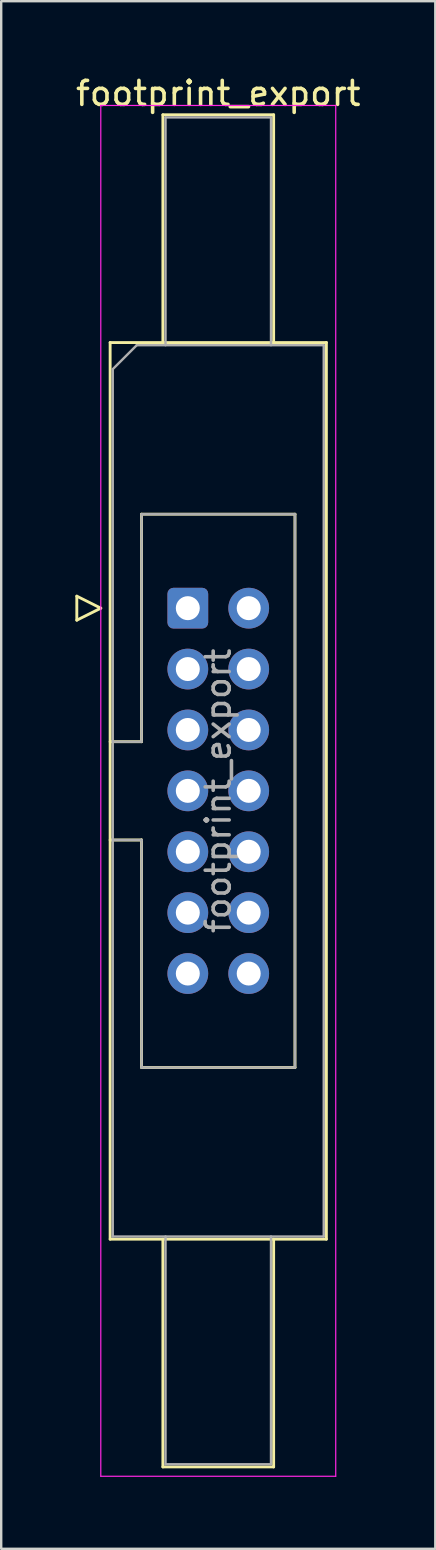
<source format=kicad_pcb>
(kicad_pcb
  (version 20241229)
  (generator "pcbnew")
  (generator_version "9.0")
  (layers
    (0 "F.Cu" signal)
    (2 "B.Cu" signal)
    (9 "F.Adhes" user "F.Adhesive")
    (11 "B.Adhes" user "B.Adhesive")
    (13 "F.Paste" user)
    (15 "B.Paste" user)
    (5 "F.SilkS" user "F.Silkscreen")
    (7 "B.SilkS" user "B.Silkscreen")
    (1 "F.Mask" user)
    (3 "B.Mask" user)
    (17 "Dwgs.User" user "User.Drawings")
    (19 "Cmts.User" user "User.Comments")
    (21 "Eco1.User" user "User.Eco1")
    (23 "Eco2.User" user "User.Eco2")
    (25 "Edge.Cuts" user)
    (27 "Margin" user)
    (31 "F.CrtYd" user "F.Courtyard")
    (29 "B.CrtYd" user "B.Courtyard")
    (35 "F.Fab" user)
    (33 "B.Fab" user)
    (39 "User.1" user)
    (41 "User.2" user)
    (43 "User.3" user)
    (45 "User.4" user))
  (footprint "footprint_export"
    (layer "F.Cu")
    (at 4.784 22.318)
    (property "Reference" "footprint_export" (at 1.27 -21.47 0) (layer "F.SilkS") (effects (font (size 1 1) (thickness 0.15))))
    (attr through_hole)
    (fp_line (start -4.63 -0.5) (end -4.63 0.5) (stroke (width 0.12) (type solid)) (layer "F.SilkS"))
    (fp_line (start -4.63 0.5) (end -3.63 0) (stroke (width 0.12) (type solid)) (layer "F.SilkS"))
    (fp_line (start -3.63 0) (end -4.63 -0.5) (stroke (width 0.12) (type solid)) (layer "F.SilkS"))
    (fp_line (start -3.24 -11.08) (end 5.78 -11.08) (stroke (width 0.12) (type solid)) (layer "F.SilkS"))
    (fp_line (start -3.24 5.57) (end -1.93 5.57) (stroke (width 0.12) (type solid)) (layer "F.SilkS"))
    (fp_line (start -3.24 26.32) (end -3.24 -11.08) (stroke (width 0.12) (type solid)) (layer "F.SilkS"))
    (fp_line (start -1.93 -3.92) (end 4.47 -3.92) (stroke (width 0.12) (type solid)) (layer "F.SilkS"))
    (fp_line (start -1.93 5.57) (end -1.93 -3.92) (stroke (width 0.12) (type solid)) (layer "F.SilkS"))
    (fp_line (start -1.93 9.67) (end -3.24 9.67) (stroke (width 0.12) (type solid)) (layer "F.SilkS"))
    (fp_line (start -1.93 9.67) (end -1.93 9.67) (stroke (width 0.12) (type solid)) (layer "F.SilkS"))
    (fp_line (start -1.93 19.16) (end -1.93 9.67) (stroke (width 0.12) (type solid)) (layer "F.SilkS"))
    (fp_line (start -1.04 -20.58) (end 3.58 -20.58) (stroke (width 0.12) (type solid)) (layer "F.SilkS"))
    (fp_line (start -1.04 -11.08) (end -1.04 -20.58) (stroke (width 0.12) (type solid)) (layer "F.SilkS"))
    (fp_line (start -1.04 26.32) (end -1.04 35.82) (stroke (width 0.12) (type solid)) (layer "F.SilkS"))
    (fp_line (start -1.04 35.82) (end 3.58 35.82) (stroke (width 0.12) (type solid)) (layer "F.SilkS"))
    (fp_line (start 3.58 -20.58) (end 3.58 -11.08) (stroke (width 0.12) (type solid)) (layer "F.SilkS"))
    (fp_line (start 3.58 35.82) (end 3.58 26.32) (stroke (width 0.12) (type solid)) (layer "F.SilkS"))
    (fp_line (start 4.47 -3.92) (end 4.47 19.16) (stroke (width 0.12) (type solid)) (layer "F.SilkS"))
    (fp_line (start 4.47 19.16) (end -1.93 19.16) (stroke (width 0.12) (type solid)) (layer "F.SilkS"))
    (fp_line (start 5.78 -11.08) (end 5.78 26.32) (stroke (width 0.12) (type solid)) (layer "F.SilkS"))
    (fp_line (start 5.78 26.32) (end -3.24 26.32) (stroke (width 0.12) (type solid)) (layer "F.SilkS"))
    (fp_line (start -3.63 -20.97) (end -3.63 36.21) (stroke (width 0.05) (type solid)) (layer "F.CrtYd"))
    (fp_line (start -3.63 36.21) (end 6.17 36.21) (stroke (width 0.05) (type solid)) (layer "F.CrtYd"))
    (fp_line (start 6.17 -20.97) (end -3.63 -20.97) (stroke (width 0.05) (type solid)) (layer "F.CrtYd"))
    (fp_line (start 6.17 36.21) (end 6.17 -20.97) (stroke (width 0.05) (type solid)) (layer "F.CrtYd"))
    (fp_line (start -3.13 -9.97) (end -2.13 -10.97) (stroke (width 0.1) (type solid)) (layer "F.Fab"))
    (fp_line (start -3.13 5.57) (end -1.93 5.57) (stroke (width 0.1) (type solid)) (layer "F.Fab"))
    (fp_line (start -3.13 26.21) (end -3.13 -9.97) (stroke (width 0.1) (type solid)) (layer "F.Fab"))
    (fp_line (start -2.13 -10.97) (end 5.67 -10.97) (stroke (width 0.1) (type solid)) (layer "F.Fab"))
    (fp_line (start -1.93 -3.92) (end 4.47 -3.92) (stroke (width 0.1) (type solid)) (layer "F.Fab"))
    (fp_line (start -1.93 5.57) (end -1.93 -3.92) (stroke (width 0.1) (type solid)) (layer "F.Fab"))
    (fp_line (start -1.93 9.67) (end -3.13 9.67) (stroke (width 0.1) (type solid)) (layer "F.Fab"))
    (fp_line (start -1.93 9.67) (end -1.93 9.67) (stroke (width 0.1) (type solid)) (layer "F.Fab"))
    (fp_line (start -1.93 19.16) (end -1.93 9.67) (stroke (width 0.1) (type solid)) (layer "F.Fab"))
    (fp_line (start -0.93 -20.47) (end 3.47 -20.47) (stroke (width 0.1) (type solid)) (layer "F.Fab"))
    (fp_line (start -0.93 -10.97) (end -0.93 -20.47) (stroke (width 0.1) (type solid)) (layer "F.Fab"))
    (fp_line (start -0.93 26.21) (end -0.93 35.71) (stroke (width 0.1) (type solid)) (layer "F.Fab"))
    (fp_line (start -0.93 35.71) (end 3.47 35.71) (stroke (width 0.1) (type solid)) (layer "F.Fab"))
    (fp_line (start 3.47 -20.47) (end 3.47 -10.97) (stroke (width 0.1) (type solid)) (layer "F.Fab"))
    (fp_line (start 3.47 35.71) (end 3.47 26.21) (stroke (width 0.1) (type solid)) (layer "F.Fab"))
    (fp_line (start 4.47 -3.92) (end 4.47 19.16) (stroke (width 0.1) (type solid)) (layer "F.Fab"))
    (fp_line (start 4.47 19.16) (end -1.93 19.16) (stroke (width 0.1) (type solid)) (layer "F.Fab"))
    (fp_line (start 5.67 -10.97) (end 5.67 26.21) (stroke (width 0.1) (type solid)) (layer "F.Fab"))
    (fp_line (start 5.67 26.21) (end -3.13 26.21) (stroke (width 0.1) (type solid)) (layer "F.Fab"))
    (fp_text user "${REFERENCE}" (at 1.27 7.62 90) (layer "F.Fab") (effects (font (size 1 1) (thickness 0.15))))
    (pad "1" thru_hole roundrect (at 0 0) (size 1.7 1.7) (drill 1) (layers "*.Cu" "*.Mask") (roundrect_rratio 0.147))
    (pad "2" thru_hole circle (at 2.54 0) (size 1.7 1.7) (drill 1) (layers "*.Cu" "*.Mask"))
    (pad "3" thru_hole circle (at 0 2.54) (size 1.7 1.7) (drill 1) (layers "*.Cu" "*.Mask"))
    (pad "4" thru_hole circle (at 2.54 2.54) (size 1.7 1.7) (drill 1) (layers "*.Cu" "*.Mask"))
    (pad "5" thru_hole circle (at 0 5.08) (size 1.7 1.7) (drill 1) (layers "*.Cu" "*.Mask"))
    (pad "6" thru_hole circle (at 2.54 5.08) (size 1.7 1.7) (drill 1) (layers "*.Cu" "*.Mask"))
    (pad "7" thru_hole circle (at 0 7.62) (size 1.7 1.7) (drill 1) (layers "*.Cu" "*.Mask"))
    (pad "8" thru_hole circle (at 2.54 7.62) (size 1.7 1.7) (drill 1) (layers "*.Cu" "*.Mask"))
    (pad "9" thru_hole circle (at 0 10.16) (size 1.7 1.7) (drill 1) (layers "*.Cu" "*.Mask"))
    (pad "10" thru_hole circle (at 2.54 10.16) (size 1.7 1.7) (drill 1) (layers "*.Cu" "*.Mask"))
    (pad "11" thru_hole circle (at 0 12.7) (size 1.7 1.7) (drill 1) (layers "*.Cu" "*.Mask"))
    (pad "12" thru_hole circle (at 2.54 12.7) (size 1.7 1.7) (drill 1) (layers "*.Cu" "*.Mask"))
    (pad "13" thru_hole circle (at 0 15.24) (size 1.7 1.7) (drill 1) (layers "*.Cu" "*.Mask"))
    (pad "14" thru_hole circle (at 2.54 15.24) (size 1.7 1.7) (drill 1) (layers "*.Cu" "*.Mask")))
  (gr_rect
    (start -3 -3)
    (end 15.107 61.553)
    (stroke (width 0.1) (type default))
    (fill no)
    (layer "Edge.Cuts")))
</source>
